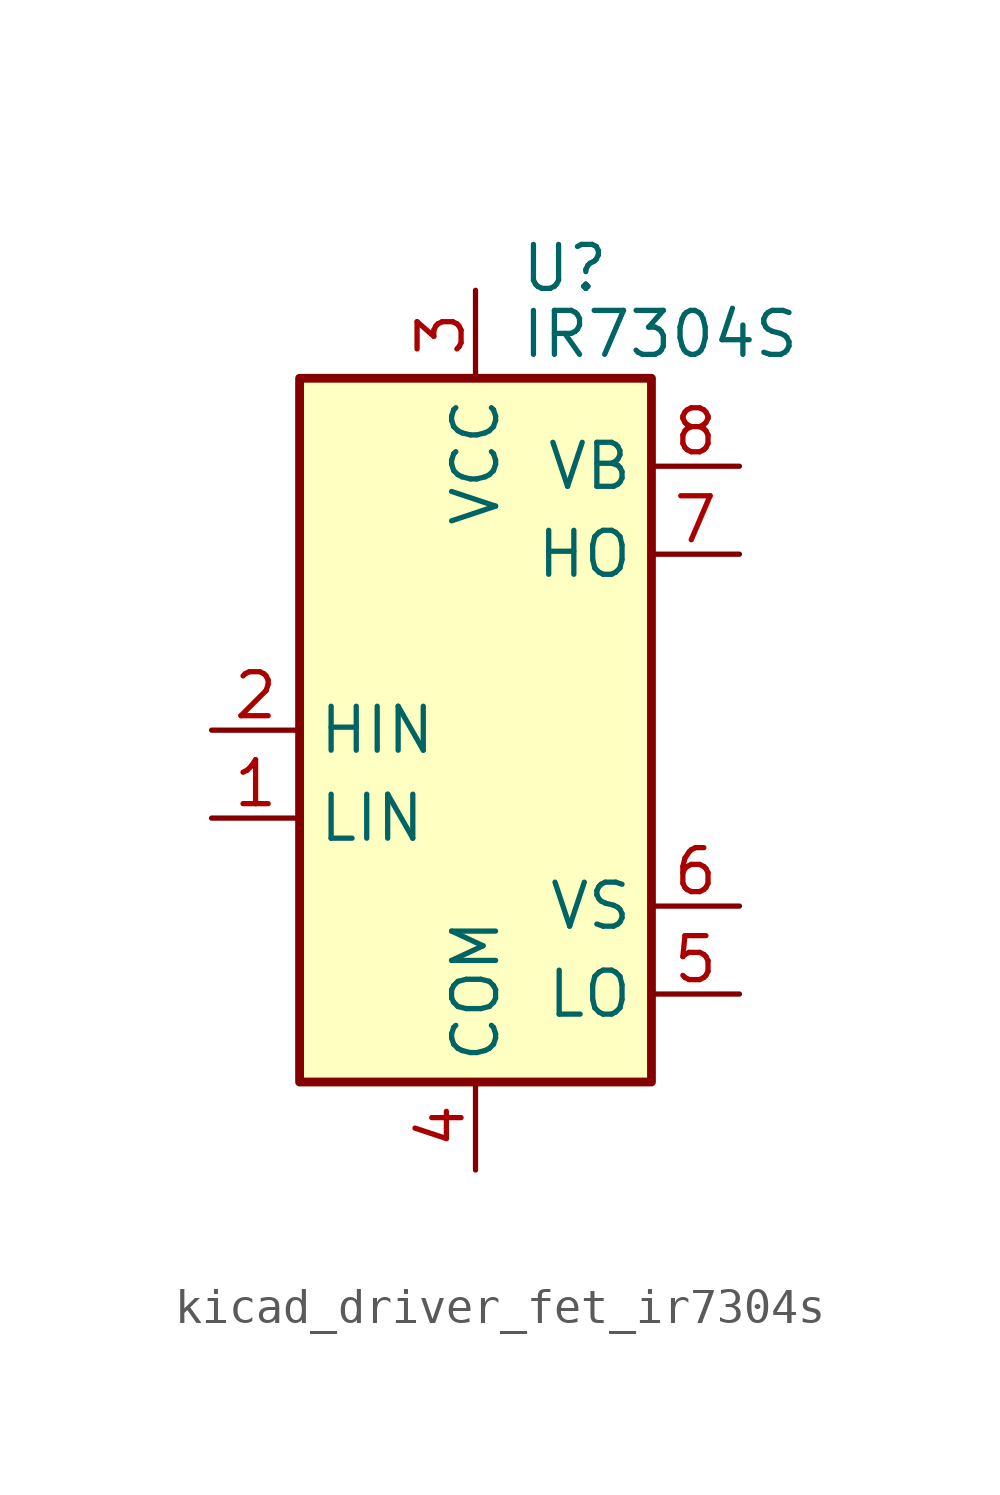
<source format=kicad_sym>
(kicad_symbol_lib
  (version 20220914)
  (generator kicad_symbol_editor)
  (symbol "kicad_driver_fet_ir7304s"
    (property "Reference" "U"
      (at 1.27 13.335 0)
      (effects (font (size 1.27 1.27)) (justify left)))
    (property "Value" "IR7304S"
      (at 1.27 11.43 0)
      (effects (font (size 1.27 1.27)) (justify left)))
    (symbol "kicad_driver_fet_ir7304s_0_1"
      (rectangle (start -5.08 -10.16) (end 5.08 10.16) (stroke (width 0.254) (type default)) (fill (type background))))
    (symbol "kicad_driver_fet_ir7304s_1_1"
      (pin input line (at -7.62 -2.54 0) (length 2.54) (name "LIN" (effects (font (size 1.27 1.27)))) (number "1" (effects (font (size 1.27 1.27)))))
      (pin input line (at -7.62 0 0) (length 2.54) (name "HIN" (effects (font (size 1.27 1.27)))) (number "2" (effects (font (size 1.27 1.27)))))
      (pin power_in line (at 0 12.7 270) (length 2.54) (name "VCC" (effects (font (size 1.27 1.27)))) (number "3" (effects (font (size 1.27 1.27)))))
      (pin power_in line (at 0 -12.7 90) (length 2.54) (name "COM" (effects (font (size 1.27 1.27)))) (number "4" (effects (font (size 1.27 1.27)))))
      (pin output line (at 7.62 -7.62 180) (length 2.54) (name "LO" (effects (font (size 1.27 1.27)))) (number "5" (effects (font (size 1.27 1.27)))))
      (pin passive line (at 7.62 -5.08 180) (length 2.54) (name "VS" (effects (font (size 1.27 1.27)))) (number "6" (effects (font (size 1.27 1.27)))))
      (pin output line (at 7.62 5.08 180) (length 2.54) (name "HO" (effects (font (size 1.27 1.27)))) (number "7" (effects (font (size 1.27 1.27)))))
      (pin passive line (at 7.62 7.62 180) (length 2.54) (name "VB" (effects (font (size 1.27 1.27)))) (number "8" (effects (font (size 1.27 1.27))))))))
</source>
